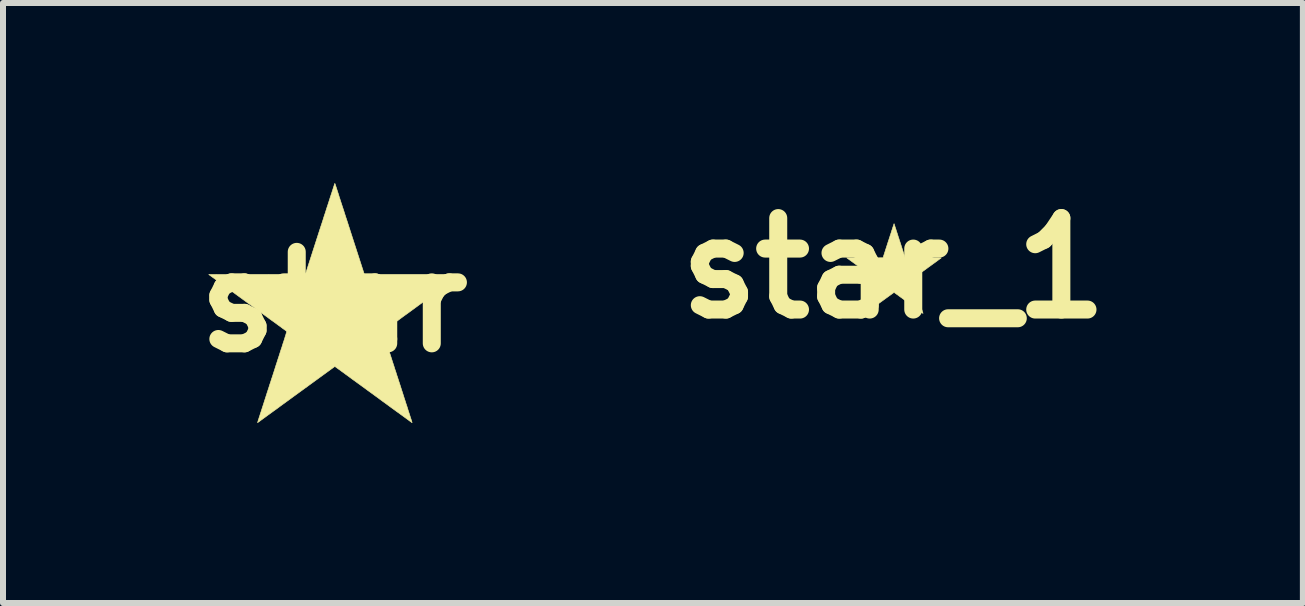
<source format=kicad_pcb>
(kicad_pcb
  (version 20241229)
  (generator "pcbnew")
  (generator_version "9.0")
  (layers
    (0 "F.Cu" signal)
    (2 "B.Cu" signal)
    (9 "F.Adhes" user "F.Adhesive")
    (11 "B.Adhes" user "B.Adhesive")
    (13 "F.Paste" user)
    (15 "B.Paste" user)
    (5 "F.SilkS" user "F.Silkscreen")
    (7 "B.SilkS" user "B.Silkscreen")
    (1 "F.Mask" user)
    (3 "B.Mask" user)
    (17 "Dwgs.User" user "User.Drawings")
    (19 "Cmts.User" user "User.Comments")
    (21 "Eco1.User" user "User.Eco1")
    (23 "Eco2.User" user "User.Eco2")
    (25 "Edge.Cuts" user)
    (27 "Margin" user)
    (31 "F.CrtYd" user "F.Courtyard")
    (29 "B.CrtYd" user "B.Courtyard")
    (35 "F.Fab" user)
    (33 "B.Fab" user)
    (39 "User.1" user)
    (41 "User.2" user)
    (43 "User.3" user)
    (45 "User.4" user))
  (footprint "star_1"
    (layer "F.Cu")
    (at 11.839 1.418)
    (property "Reference" "star_1" (at 0 0 0) (layer "F.SilkS") (effects (font (size 1.524 1.524) (thickness 0.3))))
    (attr through_hole)
    (fp_poly (pts (xy 0.007 -0.74) (xy 0.008 -0.739) (xy 0.009 -0.736) (xy 0.01 -0.733) (xy 0.01 -0.731) (xy 0.011 -0.729) (xy 0.012 -0.724) (xy 0.014 -0.719) (xy 0.016 -0.712) (xy 0.019 -0.704) (xy 0.022 -0.695) (xy 0.025 -0.684) (xy 0.029 -0.673) (xy 0.033 -0.66) (xy 0.038 -0.647) (xy 0.042 -0.632) (xy 0.047 -0.617) (xy 0.052 -0.601) (xy 0.058 -0.584) (xy 0.063 -0.567) (xy 0.069 -0.549) (xy 0.075 -0.53) (xy 0.081 -0.511) (xy 0.088 -0.491) (xy 0.094 -0.471) (xy 0.101 -0.451) (xy 0.102 -0.448) (xy 0.191 -0.172) (xy 0.492 -0.172) (xy 0.519 -0.172) (xy 0.545 -0.172) (xy 0.568 -0.172) (xy 0.591 -0.172) (xy 0.612 -0.172) (xy 0.631 -0.172) (xy 0.649 -0.172) (xy 0.666 -0.172) (xy 0.682 -0.172) (xy 0.696 -0.172) (xy 0.71 -0.172) (xy 0.722 -0.172) (xy 0.733 -0.172) (xy 0.743 -0.172) (xy 0.751 -0.172) (xy 0.759 -0.172) (xy 0.766 -0.172) (xy 0.772 -0.172) (xy 0.778 -0.172) (xy 0.782 -0.172) (xy 0.785 -0.172) (xy 0.788 -0.172) (xy 0.79 -0.172) (xy 0.792 -0.171) (xy 0.793 -0.171) (xy 0.793 -0.171) (xy 0.793 -0.171) (xy 0.792 -0.171) (xy 0.79 -0.169) (xy 0.787 -0.167) (xy 0.783 -0.164) (xy 0.778 -0.16) (xy 0.771 -0.155) (xy 0.764 -0.15) (xy 0.755 -0.144) (xy 0.746 -0.137) (xy 0.736 -0.129) (xy 0.725 -0.121) (xy 0.713 -0.112) (xy 0.7 -0.103) (xy 0.687 -0.093) (xy 0.673 -0.083) (xy 0.658 -0.073) (xy 0.643 -0.061) (xy 0.627 -0.05) (xy 0.611 -0.038) (xy 0.594 -0.026) (xy 0.577 -0.014) (xy 0.56 -0.001) (xy 0.549 0.007) (xy 0.532 0.02) (xy 0.515 0.032) (xy 0.498 0.044) (xy 0.481 0.056) (xy 0.465 0.068) (xy 0.45 0.079) (xy 0.435 0.09) (xy 0.42 0.101) (xy 0.407 0.111) (xy 0.394 0.12) (xy 0.381 0.129) (xy 0.37 0.138) (xy 0.359 0.146) (xy 0.349 0.153) (xy 0.34 0.16) (xy 0.332 0.165) (xy 0.325 0.171) (xy 0.319 0.175) (xy 0.314 0.179) (xy 0.311 0.181) (xy 0.308 0.183) (xy 0.307 0.185) (xy 0.306 0.185) (xy 0.307 0.186) (xy 0.307 0.188) (xy 0.309 0.191) (xy 0.31 0.197) (xy 0.312 0.203) (xy 0.315 0.21) (xy 0.317 0.219) (xy 0.321 0.229) (xy 0.324 0.24) (xy 0.328 0.252) (xy 0.332 0.265) (xy 0.337 0.279) (xy 0.341 0.294) (xy 0.347 0.31) (xy 0.352 0.326) (xy 0.357 0.343) (xy 0.363 0.361) (xy 0.369 0.38) (xy 0.375 0.399) (xy 0.382 0.418) (xy 0.388 0.438) (xy 0.395 0.459) (xy 0.398 0.47) (xy 0.405 0.49) (xy 0.411 0.51) (xy 0.418 0.53) (xy 0.424 0.55) (xy 0.43 0.568) (xy 0.436 0.586) (xy 0.441 0.604) (xy 0.447 0.621) (xy 0.452 0.637) (xy 0.457 0.652) (xy 0.462 0.667) (xy 0.466 0.68) (xy 0.47 0.693) (xy 0.474 0.704) (xy 0.477 0.715) (xy 0.48 0.724) (xy 0.483 0.732) (xy 0.485 0.739) (xy 0.487 0.745) (xy 0.488 0.749) (xy 0.489 0.752) (xy 0.489 0.754) (xy 0.489 0.754) (xy 0.489 0.754) (xy 0.487 0.753) (xy 0.485 0.751) (xy 0.484 0.751) (xy 0.482 0.749) (xy 0.479 0.747) (xy 0.474 0.743) (xy 0.469 0.739) (xy 0.462 0.735) (xy 0.455 0.729) (xy 0.446 0.723) (xy 0.437 0.716) (xy 0.427 0.709) (xy 0.416 0.701) (xy 0.405 0.693) (xy 0.392 0.684) (xy 0.379 0.674) (xy 0.366 0.665) (xy 0.352 0.655) (xy 0.338 0.644) (xy 0.323 0.633) (xy 0.308 0.622) (xy 0.293 0.611) (xy 0.277 0.6) (xy 0.261 0.588) (xy 0.245 0.577) (xy 0.229 0.565) (xy 0.213 0.553) (xy 0.197 0.541) (xy 0.181 0.53) (xy 0.165 0.518) (xy 0.149 0.507) (xy 0.134 0.495) (xy 0.118 0.484) (xy 0.103 0.473) (xy 0.089 0.463) (xy 0.075 0.452) (xy 0.061 0.442) (xy 0.048 0.433) (xy 0.035 0.424) (xy 0.023 0.415) (xy 0.015 0.409) (xy 0.007 0.403) (xy -0.234 0.578) (xy -0.252 0.591) (xy -0.269 0.604) (xy -0.286 0.616) (xy -0.302 0.628) (xy -0.318 0.639) (xy -0.334 0.651) (xy -0.349 0.662) (xy -0.363 0.672) (xy -0.376 0.682) (xy -0.389 0.691) (xy -0.402 0.7) (xy -0.413 0.709) (xy -0.424 0.716) (xy -0.434 0.723) (xy -0.442 0.73) (xy -0.45 0.736) (xy -0.457 0.741) (xy -0.463 0.745) (xy -0.468 0.749) (xy -0.472 0.751) (xy -0.474 0.753) (xy -0.476 0.754) (xy -0.476 0.754) (xy -0.476 0.753) (xy -0.476 0.753) (xy -0.476 0.752) (xy -0.475 0.75) (xy -0.474 0.747) (xy -0.473 0.742) (xy -0.47 0.735) (xy -0.468 0.728) (xy -0.465 0.719) (xy -0.462 0.709) (xy -0.459 0.698) (xy -0.455 0.686) (xy -0.45 0.673) (xy -0.446 0.659) (xy -0.441 0.644) (xy -0.436 0.628) (xy -0.431 0.612) (xy -0.425 0.595) (xy -0.42 0.577) (xy -0.414 0.558) (xy -0.407 0.539) (xy -0.401 0.52) (xy -0.395 0.5) (xy -0.388 0.479) (xy -0.385 0.469) (xy -0.377 0.444) (xy -0.369 0.421) (xy -0.362 0.399) (xy -0.355 0.379) (xy -0.349 0.36) (xy -0.344 0.342) (xy -0.338 0.325) (xy -0.333 0.31) (xy -0.329 0.296) (xy -0.325 0.283) (xy -0.321 0.271) (xy -0.317 0.26) (xy -0.314 0.25) (xy -0.311 0.24) (xy -0.308 0.232) (xy -0.306 0.225) (xy -0.304 0.218) (xy -0.302 0.212) (xy -0.301 0.207) (xy -0.299 0.203) (xy -0.298 0.199) (xy -0.297 0.196) (xy -0.296 0.193) (xy -0.295 0.19) (xy -0.295 0.188) (xy -0.295 0.187) (xy -0.294 0.186) (xy -0.294 0.185) (xy -0.294 0.184) (xy -0.294 0.184) (xy -0.294 0.184) (xy -0.294 0.183) (xy -0.294 0.183) (xy -0.295 0.183) (xy -0.297 0.181) (xy -0.3 0.179) (xy -0.304 0.176) (xy -0.31 0.172) (xy -0.316 0.167) (xy -0.324 0.162) (xy -0.332 0.155) (xy -0.342 0.149) (xy -0.352 0.141) (xy -0.363 0.133) (xy -0.375 0.124) (xy -0.388 0.115) (xy -0.401 0.105) (xy -0.415 0.095) (xy -0.43 0.084) (xy -0.445 0.073) (xy -0.461 0.062) (xy -0.477 0.05) (xy -0.494 0.038) (xy -0.511 0.025) (xy -0.528 0.013) (xy -0.538 0.005) (xy -0.781 -0.172) (xy -0.479 -0.172) (xy -0.177 -0.173) (xy -0.086 -0.457) (xy -0.079 -0.477) (xy -0.073 -0.497) (xy -0.066 -0.517) (xy -0.06 -0.537) (xy -0.054 -0.555) (xy -0.048 -0.573) (xy -0.042 -0.591) (xy -0.037 -0.608) (xy -0.032 -0.624) (xy -0.027 -0.639) (xy -0.022 -0.654) (xy -0.018 -0.667) (xy -0.014 -0.68) (xy -0.01 -0.691) (xy -0.006 -0.702) (xy -0.003 -0.711) (xy -0.001 -0.719) (xy 0.002 -0.726) (xy 0.003 -0.732) (xy 0.005 -0.736) (xy 0.006 -0.739) (xy 0.006 -0.741) (xy 0.006 -0.741) (xy 0.007 -0.74)) (stroke (width 0.01) (type solid)) (fill yes) (layer "F.SilkS")))
  (footprint "star"
    (layer "F.Cu")
    (at 2.511 1.981)
    (property "Reference" "star" (at 0 0 0) (layer "F.SilkS") (effects (font (size 1.524 1.524) (thickness 0.3))))
    (attr through_hole)
    (fp_poly (pts (xy 0.018 -1.975) (xy 0.02 -1.97) (xy 0.023 -1.963) (xy 0.026 -1.954) (xy 0.027 -1.951) (xy 0.029 -1.943) (xy 0.033 -1.932) (xy 0.038 -1.917) (xy 0.044 -1.899) (xy 0.051 -1.877) (xy 0.059 -1.852) (xy 0.068 -1.824) (xy 0.078 -1.794) (xy 0.088 -1.76) (xy 0.1 -1.724) (xy 0.112 -1.686) (xy 0.125 -1.646) (xy 0.139 -1.603) (xy 0.154 -1.558) (xy 0.169 -1.512) (xy 0.184 -1.464) (xy 0.2 -1.414) (xy 0.217 -1.363) (xy 0.234 -1.311) (xy 0.251 -1.257) (xy 0.269 -1.203) (xy 0.271 -1.195) (xy 0.509 -0.459) (xy 1.313 -0.459) (xy 1.385 -0.459) (xy 1.452 -0.459) (xy 1.516 -0.459) (xy 1.575 -0.459) (xy 1.631 -0.459) (xy 1.683 -0.459) (xy 1.732 -0.459) (xy 1.777 -0.459) (xy 1.819 -0.459) (xy 1.857 -0.459) (xy 1.892 -0.459) (xy 1.924 -0.459) (xy 1.954 -0.459) (xy 1.98 -0.459) (xy 2.004 -0.459) (xy 2.025 -0.458) (xy 2.043 -0.458) (xy 2.06 -0.458) (xy 2.073 -0.458) (xy 2.085 -0.458) (xy 2.095 -0.458) (xy 2.102 -0.458) (xy 2.108 -0.457) (xy 2.112 -0.457) (xy 2.114 -0.457) (xy 2.115 -0.457) (xy 2.115 -0.457) (xy 2.113 -0.455) (xy 2.108 -0.451) (xy 2.1 -0.445) (xy 2.088 -0.437) (xy 2.074 -0.426) (xy 2.057 -0.414) (xy 2.037 -0.399) (xy 2.014 -0.383) (xy 1.989 -0.364) (xy 1.962 -0.345) (xy 1.932 -0.323) (xy 1.901 -0.3) (xy 1.867 -0.275) (xy 1.831 -0.249) (xy 1.794 -0.222) (xy 1.755 -0.194) (xy 1.715 -0.164) (xy 1.673 -0.133) (xy 1.629 -0.102) (xy 1.585 -0.069) (xy 1.54 -0.036) (xy 1.493 -0.003) (xy 1.465 0.018) (xy 1.418 0.052) (xy 1.372 0.086) (xy 1.327 0.119) (xy 1.283 0.151) (xy 1.241 0.182) (xy 1.199 0.212) (xy 1.159 0.241) (xy 1.121 0.269) (xy 1.085 0.296) (xy 1.05 0.321) (xy 1.017 0.345) (xy 0.986 0.368) (xy 0.958 0.389) (xy 0.931 0.408) (xy 0.908 0.425) (xy 0.886 0.441) (xy 0.867 0.455) (xy 0.852 0.467) (xy 0.838 0.476) (xy 0.828 0.484) (xy 0.821 0.489) (xy 0.818 0.492) (xy 0.817 0.493) (xy 0.818 0.495) (xy 0.82 0.501) (xy 0.823 0.511) (xy 0.827 0.524) (xy 0.832 0.541) (xy 0.839 0.561) (xy 0.846 0.585) (xy 0.855 0.611) (xy 0.864 0.64) (xy 0.875 0.673) (xy 0.886 0.707) (xy 0.898 0.745) (xy 0.911 0.784) (xy 0.924 0.826) (xy 0.938 0.87) (xy 0.953 0.916) (xy 0.968 0.963) (xy 0.984 1.013) (xy 1.001 1.064) (xy 1.017 1.116) (xy 1.035 1.169) (xy 1.052 1.224) (xy 1.062 1.252) (xy 1.079 1.307) (xy 1.097 1.361) (xy 1.114 1.414) (xy 1.13 1.465) (xy 1.147 1.516) (xy 1.162 1.564) (xy 1.177 1.611) (xy 1.192 1.656) (xy 1.205 1.698) (xy 1.219 1.739) (xy 1.231 1.778) (xy 1.242 1.814) (xy 1.253 1.847) (xy 1.263 1.878) (xy 1.272 1.906) (xy 1.28 1.931) (xy 1.287 1.952) (xy 1.293 1.971) (xy 1.298 1.986) (xy 1.301 1.998) (xy 1.304 2.006) (xy 1.305 2.01) (xy 1.305 2.01) (xy 1.303 2.01) (xy 1.298 2.007) (xy 1.293 2.003) (xy 1.291 2.002) (xy 1.285 1.998) (xy 1.276 1.991) (xy 1.264 1.983) (xy 1.25 1.972) (xy 1.232 1.959) (xy 1.213 1.945) (xy 1.19 1.928) (xy 1.165 1.91) (xy 1.139 1.891) (xy 1.11 1.87) (xy 1.079 1.847) (xy 1.046 1.824) (xy 1.012 1.799) (xy 0.976 1.773) (xy 0.939 1.746) (xy 0.901 1.718) (xy 0.862 1.689) (xy 0.821 1.66) (xy 0.78 1.63) (xy 0.739 1.599) (xy 0.696 1.568) (xy 0.654 1.537) (xy 0.611 1.506) (xy 0.568 1.475) (xy 0.525 1.443) (xy 0.482 1.412) (xy 0.44 1.381) (xy 0.398 1.351) (xy 0.356 1.32) (xy 0.315 1.291) (xy 0.276 1.262) (xy 0.237 1.233) (xy 0.199 1.206) (xy 0.163 1.179) (xy 0.128 1.154) (xy 0.094 1.129) (xy 0.062 1.106) (xy 0.04 1.09) (xy 0.018 1.074) (xy -0.625 1.542) (xy -0.672 1.576) (xy -0.718 1.61) (xy -0.762 1.642) (xy -0.806 1.674) (xy -0.849 1.705) (xy -0.89 1.735) (xy -0.929 1.764) (xy -0.967 1.792) (xy -1.004 1.818) (xy -1.038 1.843) (xy -1.071 1.867) (xy -1.102 1.889) (xy -1.13 1.91) (xy -1.156 1.929) (xy -1.18 1.946) (xy -1.201 1.962) (xy -1.22 1.975) (xy -1.235 1.987) (xy -1.248 1.996) (xy -1.258 2.003) (xy -1.265 2.008) (xy -1.268 2.01) (xy -1.269 2.011) (xy -1.27 2.009) (xy -1.27 2.009) (xy -1.269 2.007) (xy -1.267 2.001) (xy -1.264 1.991) (xy -1.26 1.977) (xy -1.255 1.961) (xy -1.248 1.94) (xy -1.241 1.917) (xy -1.232 1.891) (xy -1.223 1.861) (xy -1.212 1.829) (xy -1.201 1.794) (xy -1.189 1.757) (xy -1.176 1.717) (xy -1.163 1.676) (xy -1.149 1.632) (xy -1.134 1.586) (xy -1.119 1.538) (xy -1.103 1.489) (xy -1.086 1.438) (xy -1.07 1.386) (xy -1.052 1.333) (xy -1.035 1.278) (xy -1.025 1.25) (xy -1.004 1.184) (xy -0.984 1.122) (xy -0.966 1.064) (xy -0.948 1.01) (xy -0.932 0.959) (xy -0.916 0.911) (xy -0.902 0.867) (xy -0.889 0.826) (xy -0.877 0.789) (xy -0.865 0.754) (xy -0.855 0.722) (xy -0.846 0.692) (xy -0.837 0.666) (xy -0.829 0.641) (xy -0.822 0.619) (xy -0.816 0.6) (xy -0.811 0.582) (xy -0.806 0.566) (xy -0.801 0.553) (xy -0.798 0.541) (xy -0.795 0.53) (xy -0.792 0.521) (xy -0.79 0.514) (xy -0.788 0.508) (xy -0.787 0.503) (xy -0.786 0.498) (xy -0.785 0.495) (xy -0.784 0.493) (xy -0.784 0.491) (xy -0.784 0.49) (xy -0.784 0.489) (xy -0.785 0.489) (xy -0.785 0.489) (xy -0.787 0.487) (xy -0.792 0.484) (xy -0.8 0.477) (xy -0.812 0.469) (xy -0.826 0.458) (xy -0.844 0.446) (xy -0.864 0.431) (xy -0.886 0.414) (xy -0.911 0.396) (xy -0.939 0.376) (xy -0.968 0.354) (xy -1 0.331) (xy -1.034 0.307) (xy -1.07 0.281) (xy -1.107 0.253) (xy -1.146 0.225) (xy -1.187 0.195) (xy -1.229 0.165) (xy -1.272 0.133) (xy -1.316 0.101) (xy -1.362 0.067) (xy -1.408 0.034) (xy -1.436 0.014) (xy -2.083 -0.458) (xy -1.278 -0.459) (xy -0.473 -0.46) (xy -0.229 -1.217) (xy -0.211 -1.272) (xy -0.193 -1.326) (xy -0.176 -1.379) (xy -0.16 -1.431) (xy -0.143 -1.481) (xy -0.128 -1.529) (xy -0.113 -1.576) (xy -0.098 -1.621) (xy -0.084 -1.664) (xy -0.071 -1.705) (xy -0.059 -1.743) (xy -0.047 -1.779) (xy -0.036 -1.812) (xy -0.026 -1.843) (xy -0.017 -1.871) (xy -0.009 -1.896) (xy -0.002 -1.918) (xy 0.004 -1.936) (xy 0.009 -1.952) (xy 0.013 -1.963) (xy 0.016 -1.971) (xy 0.017 -1.975) (xy 0.017 -1.976) (xy 0.018 -1.975)) (stroke (width 0.01) (type solid)) (fill yes) (layer "F.SilkS")))
  (gr_rect
    (start -3 -3)
    (end 18.657 6.997)
    (stroke (width 0.1) (type default))
    (fill no)
    (layer "Edge.Cuts")))
</source>
